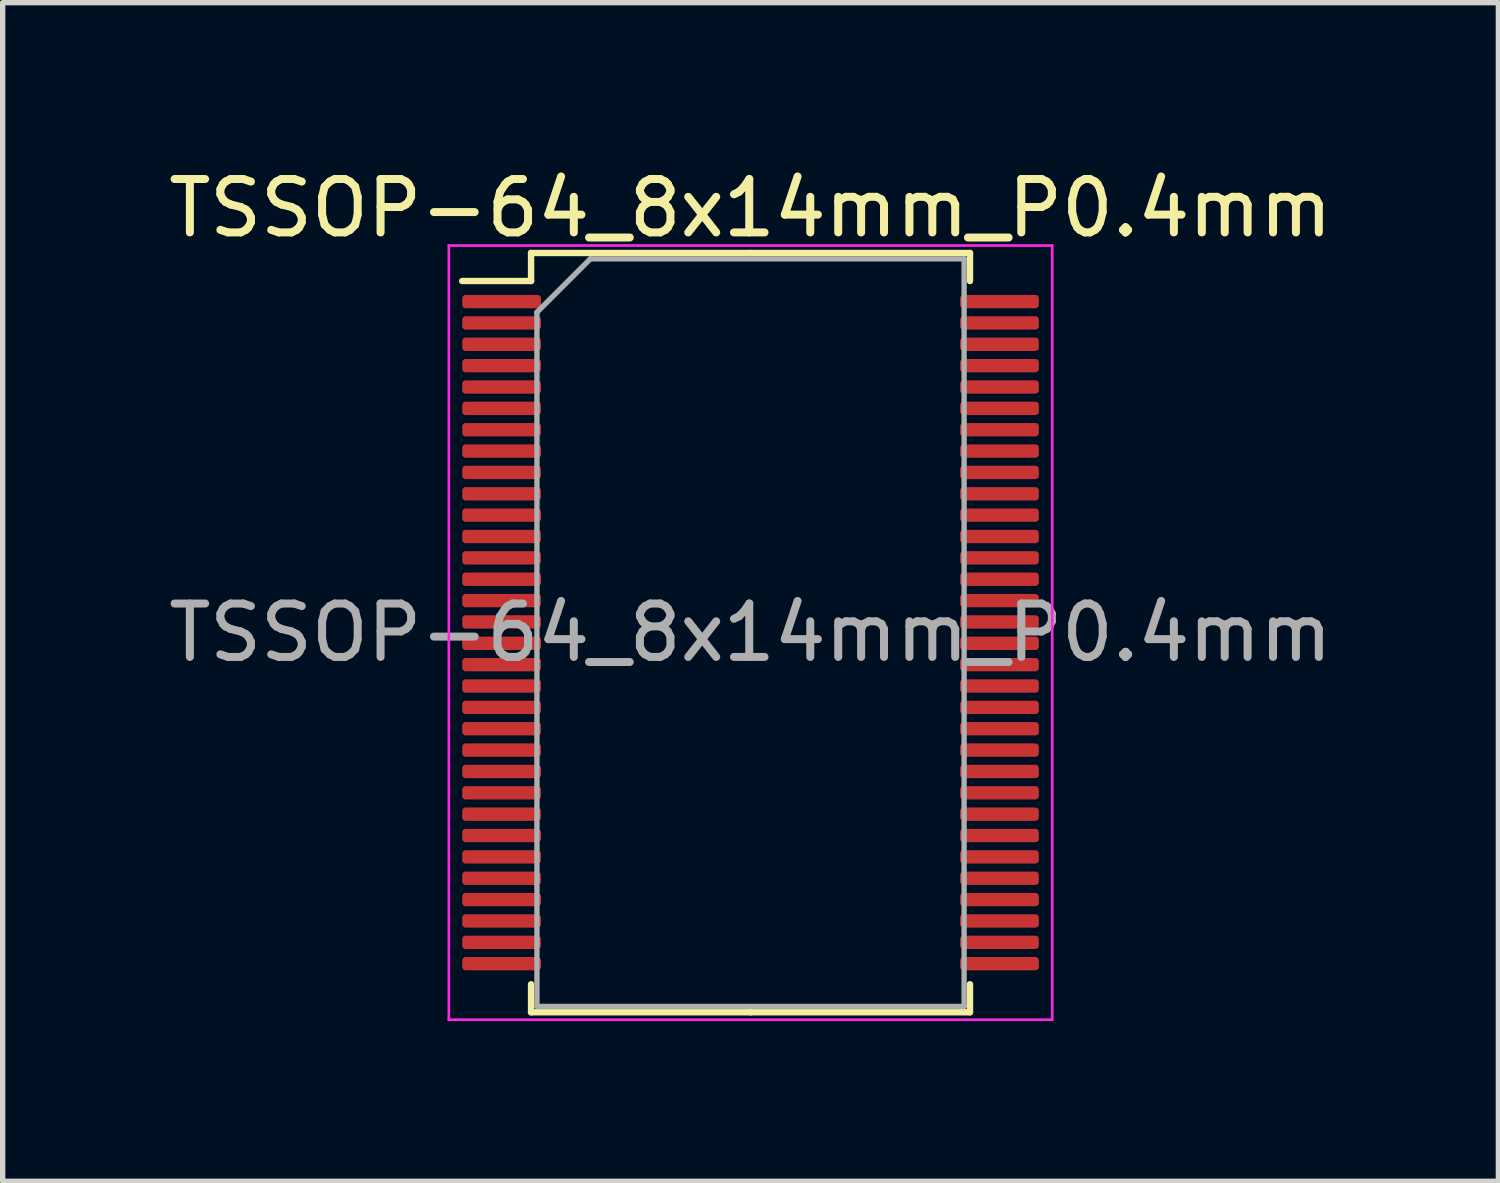
<source format=kicad_pcb>
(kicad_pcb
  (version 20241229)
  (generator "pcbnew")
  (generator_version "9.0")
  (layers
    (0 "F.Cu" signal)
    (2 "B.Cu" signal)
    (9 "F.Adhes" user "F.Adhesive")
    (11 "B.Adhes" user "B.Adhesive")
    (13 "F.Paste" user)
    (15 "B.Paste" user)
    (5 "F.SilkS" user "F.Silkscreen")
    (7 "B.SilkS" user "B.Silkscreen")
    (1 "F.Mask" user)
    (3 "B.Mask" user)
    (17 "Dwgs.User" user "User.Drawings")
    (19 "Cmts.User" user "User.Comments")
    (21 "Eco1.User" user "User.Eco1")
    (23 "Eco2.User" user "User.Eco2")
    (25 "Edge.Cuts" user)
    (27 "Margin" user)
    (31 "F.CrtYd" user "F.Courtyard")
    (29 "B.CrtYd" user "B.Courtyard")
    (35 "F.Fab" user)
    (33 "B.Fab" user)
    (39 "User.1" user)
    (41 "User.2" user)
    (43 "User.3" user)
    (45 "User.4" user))
  (footprint "TSSOP-64_8x14mm_P0.4mm"
    (layer "F.Cu")
    (at 11.006 8.798)
    (property "Reference" "TSSOP-64_8x14mm_P0.4mm" (at 0 -7.95 0) (layer "F.SilkS") (effects (font (size 1 1) (thickness 0.15))))
    (attr smd)
    (fp_line (start -4.11 -7.11) (end -4.11 -6.585) (stroke (width 0.12) (type solid)) (layer "F.SilkS"))
    (fp_line (start -4.11 -6.585) (end -5.4 -6.585) (stroke (width 0.12) (type solid)) (layer "F.SilkS"))
    (fp_line (start -4.11 7.11) (end -4.11 6.585) (stroke (width 0.12) (type solid)) (layer "F.SilkS"))
    (fp_line (start 0 -7.11) (end -4.11 -7.11) (stroke (width 0.12) (type solid)) (layer "F.SilkS"))
    (fp_line (start 0 -7.11) (end 4.11 -7.11) (stroke (width 0.12) (type solid)) (layer "F.SilkS"))
    (fp_line (start 0 7.11) (end -4.11 7.11) (stroke (width 0.12) (type solid)) (layer "F.SilkS"))
    (fp_line (start 0 7.11) (end 4.11 7.11) (stroke (width 0.12) (type solid)) (layer "F.SilkS"))
    (fp_line (start 4.11 -7.11) (end 4.11 -6.585) (stroke (width 0.12) (type solid)) (layer "F.SilkS"))
    (fp_line (start 4.11 7.11) (end 4.11 6.585) (stroke (width 0.12) (type solid)) (layer "F.SilkS"))
    (fp_line (start -5.65 -7.25) (end -5.65 7.25) (stroke (width 0.05) (type solid)) (layer "F.CrtYd"))
    (fp_line (start -5.65 7.25) (end 5.65 7.25) (stroke (width 0.05) (type solid)) (layer "F.CrtYd"))
    (fp_line (start 5.65 -7.25) (end -5.65 -7.25) (stroke (width 0.05) (type solid)) (layer "F.CrtYd"))
    (fp_line (start 5.65 7.25) (end 5.65 -7.25) (stroke (width 0.05) (type solid)) (layer "F.CrtYd"))
    (fp_line (start -4 -6) (end -3 -7) (stroke (width 0.1) (type solid)) (layer "F.Fab"))
    (fp_line (start -4 7) (end -4 -6) (stroke (width 0.1) (type solid)) (layer "F.Fab"))
    (fp_line (start -3 -7) (end 4 -7) (stroke (width 0.1) (type solid)) (layer "F.Fab"))
    (fp_line (start 4 -7) (end 4 7) (stroke (width 0.1) (type solid)) (layer "F.Fab"))
    (fp_line (start 4 7) (end -4 7) (stroke (width 0.1) (type solid)) (layer "F.Fab"))
    (fp_text user "${REFERENCE}" (at 0 0 0) (layer "F.Fab") (effects (font (size 1 1) (thickness 0.15))))
    (pad "1" smd roundrect (at -4.662 -6.2) (size 1.475 0.25) (layers "F.Cu" "F.Mask" "F.Paste") (roundrect_rratio 0.25))
    (pad "2" smd roundrect (at -4.662 -5.8) (size 1.475 0.25) (layers "F.Cu" "F.Mask" "F.Paste") (roundrect_rratio 0.25))
    (pad "3" smd roundrect (at -4.662 -5.4) (size 1.475 0.25) (layers "F.Cu" "F.Mask" "F.Paste") (roundrect_rratio 0.25))
    (pad "4" smd roundrect (at -4.662 -5) (size 1.475 0.25) (layers "F.Cu" "F.Mask" "F.Paste") (roundrect_rratio 0.25))
    (pad "5" smd roundrect (at -4.662 -4.6) (size 1.475 0.25) (layers "F.Cu" "F.Mask" "F.Paste") (roundrect_rratio 0.25))
    (pad "6" smd roundrect (at -4.662 -4.2) (size 1.475 0.25) (layers "F.Cu" "F.Mask" "F.Paste") (roundrect_rratio 0.25))
    (pad "7" smd roundrect (at -4.662 -3.8) (size 1.475 0.25) (layers "F.Cu" "F.Mask" "F.Paste") (roundrect_rratio 0.25))
    (pad "8" smd roundrect (at -4.662 -3.4) (size 1.475 0.25) (layers "F.Cu" "F.Mask" "F.Paste") (roundrect_rratio 0.25))
    (pad "9" smd roundrect (at -4.662 -3) (size 1.475 0.25) (layers "F.Cu" "F.Mask" "F.Paste") (roundrect_rratio 0.25))
    (pad "10" smd roundrect (at -4.662 -2.6) (size 1.475 0.25) (layers "F.Cu" "F.Mask" "F.Paste") (roundrect_rratio 0.25))
    (pad "11" smd roundrect (at -4.662 -2.2) (size 1.475 0.25) (layers "F.Cu" "F.Mask" "F.Paste") (roundrect_rratio 0.25))
    (pad "12" smd roundrect (at -4.662 -1.8) (size 1.475 0.25) (layers "F.Cu" "F.Mask" "F.Paste") (roundrect_rratio 0.25))
    (pad "13" smd roundrect (at -4.662 -1.4) (size 1.475 0.25) (layers "F.Cu" "F.Mask" "F.Paste") (roundrect_rratio 0.25))
    (pad "14" smd roundrect (at -4.662 -1) (size 1.475 0.25) (layers "F.Cu" "F.Mask" "F.Paste") (roundrect_rratio 0.25))
    (pad "15" smd roundrect (at -4.662 -0.6) (size 1.475 0.25) (layers "F.Cu" "F.Mask" "F.Paste") (roundrect_rratio 0.25))
    (pad "16" smd roundrect (at -4.662 -0.2) (size 1.475 0.25) (layers "F.Cu" "F.Mask" "F.Paste") (roundrect_rratio 0.25))
    (pad "17" smd roundrect (at -4.662 0.2) (size 1.475 0.25) (layers "F.Cu" "F.Mask" "F.Paste") (roundrect_rratio 0.25))
    (pad "18" smd roundrect (at -4.662 0.6) (size 1.475 0.25) (layers "F.Cu" "F.Mask" "F.Paste") (roundrect_rratio 0.25))
    (pad "19" smd roundrect (at -4.662 1) (size 1.475 0.25) (layers "F.Cu" "F.Mask" "F.Paste") (roundrect_rratio 0.25))
    (pad "20" smd roundrect (at -4.662 1.4) (size 1.475 0.25) (layers "F.Cu" "F.Mask" "F.Paste") (roundrect_rratio 0.25))
    (pad "21" smd roundrect (at -4.662 1.8) (size 1.475 0.25) (layers "F.Cu" "F.Mask" "F.Paste") (roundrect_rratio 0.25))
    (pad "22" smd roundrect (at -4.662 2.2) (size 1.475 0.25) (layers "F.Cu" "F.Mask" "F.Paste") (roundrect_rratio 0.25))
    (pad "23" smd roundrect (at -4.662 2.6) (size 1.475 0.25) (layers "F.Cu" "F.Mask" "F.Paste") (roundrect_rratio 0.25))
    (pad "24" smd roundrect (at -4.662 3) (size 1.475 0.25) (layers "F.Cu" "F.Mask" "F.Paste") (roundrect_rratio 0.25))
    (pad "25" smd roundrect (at -4.662 3.4) (size 1.475 0.25) (layers "F.Cu" "F.Mask" "F.Paste") (roundrect_rratio 0.25))
    (pad "26" smd roundrect (at -4.662 3.8) (size 1.475 0.25) (layers "F.Cu" "F.Mask" "F.Paste") (roundrect_rratio 0.25))
    (pad "27" smd roundrect (at -4.662 4.2) (size 1.475 0.25) (layers "F.Cu" "F.Mask" "F.Paste") (roundrect_rratio 0.25))
    (pad "28" smd roundrect (at -4.662 4.6) (size 1.475 0.25) (layers "F.Cu" "F.Mask" "F.Paste") (roundrect_rratio 0.25))
    (pad "29" smd roundrect (at -4.662 5) (size 1.475 0.25) (layers "F.Cu" "F.Mask" "F.Paste") (roundrect_rratio 0.25))
    (pad "30" smd roundrect (at -4.662 5.4) (size 1.475 0.25) (layers "F.Cu" "F.Mask" "F.Paste") (roundrect_rratio 0.25))
    (pad "31" smd roundrect (at -4.662 5.8) (size 1.475 0.25) (layers "F.Cu" "F.Mask" "F.Paste") (roundrect_rratio 0.25))
    (pad "32" smd roundrect (at -4.662 6.2) (size 1.475 0.25) (layers "F.Cu" "F.Mask" "F.Paste") (roundrect_rratio 0.25))
    (pad "33" smd roundrect (at 4.662 6.2) (size 1.475 0.25) (layers "F.Cu" "F.Mask" "F.Paste") (roundrect_rratio 0.25))
    (pad "34" smd roundrect (at 4.662 5.8) (size 1.475 0.25) (layers "F.Cu" "F.Mask" "F.Paste") (roundrect_rratio 0.25))
    (pad "35" smd roundrect (at 4.662 5.4) (size 1.475 0.25) (layers "F.Cu" "F.Mask" "F.Paste") (roundrect_rratio 0.25))
    (pad "36" smd roundrect (at 4.662 5) (size 1.475 0.25) (layers "F.Cu" "F.Mask" "F.Paste") (roundrect_rratio 0.25))
    (pad "37" smd roundrect (at 4.662 4.6) (size 1.475 0.25) (layers "F.Cu" "F.Mask" "F.Paste") (roundrect_rratio 0.25))
    (pad "38" smd roundrect (at 4.662 4.2) (size 1.475 0.25) (layers "F.Cu" "F.Mask" "F.Paste") (roundrect_rratio 0.25))
    (pad "39" smd roundrect (at 4.662 3.8) (size 1.475 0.25) (layers "F.Cu" "F.Mask" "F.Paste") (roundrect_rratio 0.25))
    (pad "40" smd roundrect (at 4.662 3.4) (size 1.475 0.25) (layers "F.Cu" "F.Mask" "F.Paste") (roundrect_rratio 0.25))
    (pad "41" smd roundrect (at 4.662 3) (size 1.475 0.25) (layers "F.Cu" "F.Mask" "F.Paste") (roundrect_rratio 0.25))
    (pad "42" smd roundrect (at 4.662 2.6) (size 1.475 0.25) (layers "F.Cu" "F.Mask" "F.Paste") (roundrect_rratio 0.25))
    (pad "43" smd roundrect (at 4.662 2.2) (size 1.475 0.25) (layers "F.Cu" "F.Mask" "F.Paste") (roundrect_rratio 0.25))
    (pad "44" smd roundrect (at 4.662 1.8) (size 1.475 0.25) (layers "F.Cu" "F.Mask" "F.Paste") (roundrect_rratio 0.25))
    (pad "45" smd roundrect (at 4.662 1.4) (size 1.475 0.25) (layers "F.Cu" "F.Mask" "F.Paste") (roundrect_rratio 0.25))
    (pad "46" smd roundrect (at 4.662 1) (size 1.475 0.25) (layers "F.Cu" "F.Mask" "F.Paste") (roundrect_rratio 0.25))
    (pad "47" smd roundrect (at 4.662 0.6) (size 1.475 0.25) (layers "F.Cu" "F.Mask" "F.Paste") (roundrect_rratio 0.25))
    (pad "48" smd roundrect (at 4.662 0.2) (size 1.475 0.25) (layers "F.Cu" "F.Mask" "F.Paste") (roundrect_rratio 0.25))
    (pad "49" smd roundrect (at 4.662 -0.2) (size 1.475 0.25) (layers "F.Cu" "F.Mask" "F.Paste") (roundrect_rratio 0.25))
    (pad "50" smd roundrect (at 4.662 -0.6) (size 1.475 0.25) (layers "F.Cu" "F.Mask" "F.Paste") (roundrect_rratio 0.25))
    (pad "51" smd roundrect (at 4.662 -1) (size 1.475 0.25) (layers "F.Cu" "F.Mask" "F.Paste") (roundrect_rratio 0.25))
    (pad "52" smd roundrect (at 4.662 -1.4) (size 1.475 0.25) (layers "F.Cu" "F.Mask" "F.Paste") (roundrect_rratio 0.25))
    (pad "53" smd roundrect (at 4.662 -1.8) (size 1.475 0.25) (layers "F.Cu" "F.Mask" "F.Paste") (roundrect_rratio 0.25))
    (pad "54" smd roundrect (at 4.662 -2.2) (size 1.475 0.25) (layers "F.Cu" "F.Mask" "F.Paste") (roundrect_rratio 0.25))
    (pad "55" smd roundrect (at 4.662 -2.6) (size 1.475 0.25) (layers "F.Cu" "F.Mask" "F.Paste") (roundrect_rratio 0.25))
    (pad "56" smd roundrect (at 4.662 -3) (size 1.475 0.25) (layers "F.Cu" "F.Mask" "F.Paste") (roundrect_rratio 0.25))
    (pad "57" smd roundrect (at 4.662 -3.4) (size 1.475 0.25) (layers "F.Cu" "F.Mask" "F.Paste") (roundrect_rratio 0.25))
    (pad "58" smd roundrect (at 4.662 -3.8) (size 1.475 0.25) (layers "F.Cu" "F.Mask" "F.Paste") (roundrect_rratio 0.25))
    (pad "59" smd roundrect (at 4.662 -4.2) (size 1.475 0.25) (layers "F.Cu" "F.Mask" "F.Paste") (roundrect_rratio 0.25))
    (pad "60" smd roundrect (at 4.662 -4.6) (size 1.475 0.25) (layers "F.Cu" "F.Mask" "F.Paste") (roundrect_rratio 0.25))
    (pad "61" smd roundrect (at 4.662 -5) (size 1.475 0.25) (layers "F.Cu" "F.Mask" "F.Paste") (roundrect_rratio 0.25))
    (pad "62" smd roundrect (at 4.662 -5.4) (size 1.475 0.25) (layers "F.Cu" "F.Mask" "F.Paste") (roundrect_rratio 0.25))
    (pad "63" smd roundrect (at 4.662 -5.8) (size 1.475 0.25) (layers "F.Cu" "F.Mask" "F.Paste") (roundrect_rratio 0.25))
    (pad "64" smd roundrect (at 4.662 -6.2) (size 1.475 0.25) (layers "F.Cu" "F.Mask" "F.Paste") (roundrect_rratio 0.25)))
  (gr_rect
    (start -3 -3)
    (end 25.012 19.073)
    (stroke (width 0.1) (type default))
    (fill no)
    (layer "Edge.Cuts")))
</source>
